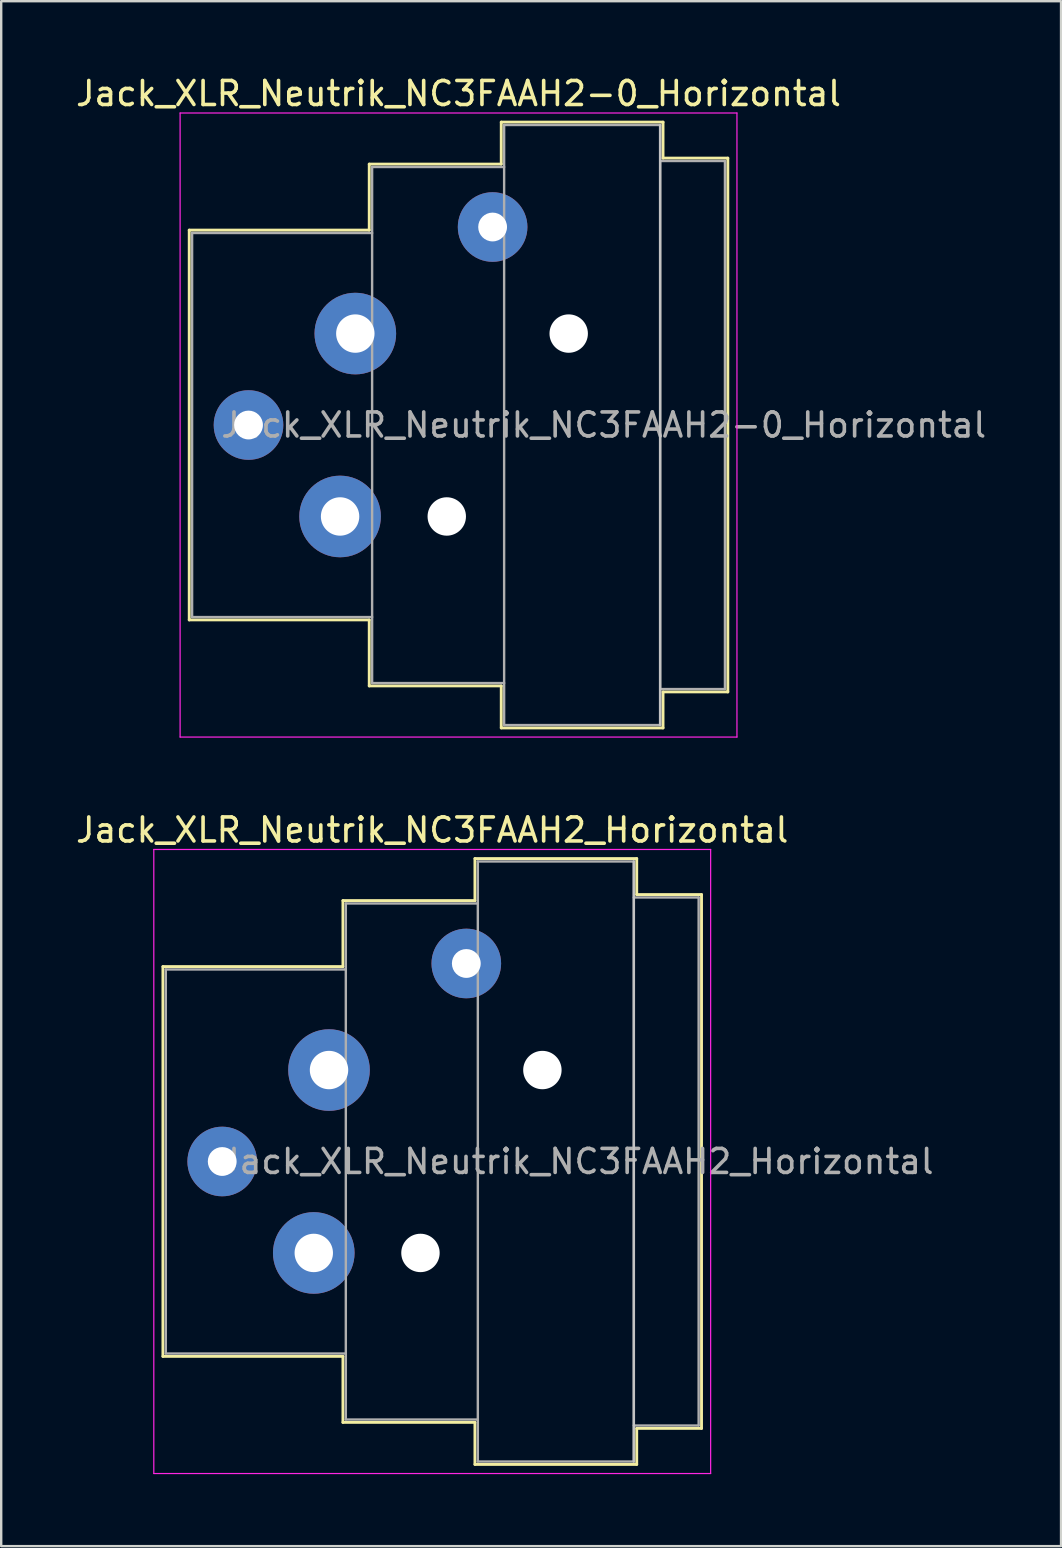
<source format=kicad_pcb>
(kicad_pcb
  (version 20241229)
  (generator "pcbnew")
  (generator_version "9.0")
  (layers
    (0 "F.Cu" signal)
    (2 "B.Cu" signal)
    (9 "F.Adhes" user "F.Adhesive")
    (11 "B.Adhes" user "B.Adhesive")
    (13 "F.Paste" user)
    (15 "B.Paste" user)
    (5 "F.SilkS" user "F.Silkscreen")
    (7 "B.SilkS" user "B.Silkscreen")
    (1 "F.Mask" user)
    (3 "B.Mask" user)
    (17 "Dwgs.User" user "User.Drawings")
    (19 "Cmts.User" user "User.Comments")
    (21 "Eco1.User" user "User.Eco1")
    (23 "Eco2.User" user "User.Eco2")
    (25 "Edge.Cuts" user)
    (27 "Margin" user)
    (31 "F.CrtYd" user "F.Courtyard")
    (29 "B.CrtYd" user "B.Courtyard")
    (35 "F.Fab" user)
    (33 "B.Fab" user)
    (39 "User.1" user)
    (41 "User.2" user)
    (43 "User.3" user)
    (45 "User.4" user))
  (footprint "Jack_XLR_Neutrik_NC3FAAH2_Horizontal"
    (layer "F.Cu")
    (at 10.658 41.532)
    (property "Reference" "Jack_XLR_Neutrik_NC3FAAH2_Horizontal" (at 4.3 -10 0) (layer "F.SilkS") (effects (font (size 1 1) (thickness 0.15))))
    (attr through_hole)
    (fp_line (start -6.92 -4.31) (end -6.92 11.93) (stroke (width 0.12) (type solid)) (layer "F.SilkS"))
    (fp_line (start 0.58 -7.06) (end 0.58 -4.31) (stroke (width 0.12) (type solid)) (layer "F.SilkS"))
    (fp_line (start 0.58 -4.31) (end -6.92 -4.31) (stroke (width 0.12) (type solid)) (layer "F.SilkS"))
    (fp_line (start 0.58 11.93) (end -6.92 11.93) (stroke (width 0.12) (type solid)) (layer "F.SilkS"))
    (fp_line (start 0.58 11.93) (end 0.58 14.68) (stroke (width 0.12) (type solid)) (layer "F.SilkS"))
    (fp_line (start 6.08 -7.06) (end 0.58 -7.06) (stroke (width 0.12) (type solid)) (layer "F.SilkS"))
    (fp_line (start 6.08 -7.06) (end 6.08 -8.81) (stroke (width 0.12) (type solid)) (layer "F.SilkS"))
    (fp_line (start 6.08 14.68) (end 0.58 14.68) (stroke (width 0.12) (type solid)) (layer "F.SilkS"))
    (fp_line (start 6.08 16.43) (end 6.08 14.68) (stroke (width 0.12) (type solid)) (layer "F.SilkS"))
    (fp_line (start 12.82 -8.81) (end 6.08 -8.81) (stroke (width 0.12) (type solid)) (layer "F.SilkS"))
    (fp_line (start 12.82 -8.81) (end 12.82 -7.31) (stroke (width 0.12) (type solid)) (layer "F.SilkS"))
    (fp_line (start 12.82 -7.31) (end 15.52 -7.31) (stroke (width 0.12) (type solid)) (layer "F.SilkS"))
    (fp_line (start 12.82 14.93) (end 12.82 16.43) (stroke (width 0.12) (type solid)) (layer "F.SilkS"))
    (fp_line (start 12.82 14.93) (end 15.52 14.93) (stroke (width 0.12) (type solid)) (layer "F.SilkS"))
    (fp_line (start 12.82 16.43) (end 6.08 16.43) (stroke (width 0.12) (type solid)) (layer "F.SilkS"))
    (fp_line (start 15.52 -7.31) (end 15.52 14.93) (stroke (width 0.12) (type solid)) (layer "F.SilkS"))
    (fp_line (start 12.7 -8.69) (end 12.7 16.31) (stroke (width 0.1) (type solid)) (layer "Dwgs.User"))
    (fp_line (start -7.3 -9.19) (end -7.3 16.81) (stroke (width 0.05) (type solid)) (layer "F.CrtYd"))
    (fp_line (start 15.9 -9.19) (end -7.3 -9.19) (stroke (width 0.05) (type solid)) (layer "F.CrtYd"))
    (fp_line (start 15.9 -9.19) (end 15.9 16.81) (stroke (width 0.05) (type solid)) (layer "F.CrtYd"))
    (fp_line (start 15.9 16.81) (end -7.3 16.81) (stroke (width 0.05) (type solid)) (layer "F.CrtYd"))
    (fp_line (start -6.8 -4.19) (end -6.8 11.81) (stroke (width 0.1) (type solid)) (layer "F.Fab"))
    (fp_line (start -6.8 11.81) (end 0.7 11.81) (stroke (width 0.1) (type solid)) (layer "F.Fab"))
    (fp_line (start 0.7 -6.94) (end 0.7 14.56) (stroke (width 0.1) (type solid)) (layer "F.Fab"))
    (fp_line (start 0.7 -4.19) (end -6.8 -4.19) (stroke (width 0.1) (type solid)) (layer "F.Fab"))
    (fp_line (start 0.7 14.56) (end 6.2 14.56) (stroke (width 0.1) (type solid)) (layer "F.Fab"))
    (fp_line (start 6.2 -8.69) (end 12.7 -8.69) (stroke (width 0.1) (type solid)) (layer "F.Fab"))
    (fp_line (start 6.2 -6.94) (end 0.7 -6.94) (stroke (width 0.1) (type solid)) (layer "F.Fab"))
    (fp_line (start 6.2 16.31) (end 6.2 -8.69) (stroke (width 0.1) (type solid)) (layer "F.Fab"))
    (fp_line (start 12.7 -8.69) (end 12.7 16.31) (stroke (width 0.1) (type solid)) (layer "F.Fab"))
    (fp_line (start 12.7 -7.19) (end 15.4 -7.19) (stroke (width 0.1) (type solid)) (layer "F.Fab"))
    (fp_line (start 12.7 16.31) (end 6.2 16.31) (stroke (width 0.1) (type solid)) (layer "F.Fab"))
    (fp_line (start 15.4 -7.19) (end 15.4 14.81) (stroke (width 0.1) (type solid)) (layer "F.Fab"))
    (fp_line (start 15.4 14.81) (end 12.7 14.81) (stroke (width 0.1) (type solid)) (layer "F.Fab"))
    (fp_text user "${REFERENCE}" (at 10.35 3.81 0) (layer "F.Fab") (effects (font (size 1 1) (thickness 0.15))))
    (pad "" np_thru_hole circle (at 3.81 7.62) (size 1.6 1.6) (drill 1.6) (layers "*.Cu" "*.Mask"))
    (pad "" np_thru_hole circle (at 8.89 0) (size 1.6 1.6) (drill 1.6) (layers "*.Cu" "*.Mask"))
    (pad "1" thru_hole circle (at 0 0) (size 3.4 3.4) (drill 1.6) (layers "*.Cu" "*.Mask"))
    (pad "2" thru_hole circle (at -0.635 7.62) (size 3.4 3.4) (drill 1.6) (layers "*.Cu" "*.Mask"))
    (pad "3" thru_hole circle (at -4.45 3.81) (size 2.9 2.9) (drill 1.2) (layers "*.Cu" "*.Mask"))
    (pad "G" thru_hole circle (at 5.72 -4.44) (size 2.9 2.9) (drill 1.2) (layers "*.Cu" "*.Mask")))
  (footprint "Jack_XLR_Neutrik_NC3FAAH2-0_Horizontal"
    (layer "F.Cu")
    (at 11.754 10.848)
    (property "Reference" "Jack_XLR_Neutrik_NC3FAAH2-0_Horizontal" (at 4.3 -10 0) (layer "F.SilkS") (effects (font (size 1 1) (thickness 0.15))))
    (attr through_hole)
    (fp_line (start -6.92 -4.31) (end -6.92 11.93) (stroke (width 0.12) (type solid)) (layer "F.SilkS"))
    (fp_line (start 0.58 -7.06) (end 0.58 -4.31) (stroke (width 0.12) (type solid)) (layer "F.SilkS"))
    (fp_line (start 0.58 -4.31) (end -6.92 -4.31) (stroke (width 0.12) (type solid)) (layer "F.SilkS"))
    (fp_line (start 0.58 11.93) (end -6.92 11.93) (stroke (width 0.12) (type solid)) (layer "F.SilkS"))
    (fp_line (start 0.58 11.93) (end 0.58 14.68) (stroke (width 0.12) (type solid)) (layer "F.SilkS"))
    (fp_line (start 6.08 -7.06) (end 0.58 -7.06) (stroke (width 0.12) (type solid)) (layer "F.SilkS"))
    (fp_line (start 6.08 -7.06) (end 6.08 -8.81) (stroke (width 0.12) (type solid)) (layer "F.SilkS"))
    (fp_line (start 6.08 14.68) (end 0.58 14.68) (stroke (width 0.12) (type solid)) (layer "F.SilkS"))
    (fp_line (start 6.08 16.43) (end 6.08 14.68) (stroke (width 0.12) (type solid)) (layer "F.SilkS"))
    (fp_line (start 12.82 -8.81) (end 6.08 -8.81) (stroke (width 0.12) (type solid)) (layer "F.SilkS"))
    (fp_line (start 12.82 -8.81) (end 12.82 -7.31) (stroke (width 0.12) (type solid)) (layer "F.SilkS"))
    (fp_line (start 12.82 -7.31) (end 15.52 -7.31) (stroke (width 0.12) (type solid)) (layer "F.SilkS"))
    (fp_line (start 12.82 14.93) (end 12.82 16.43) (stroke (width 0.12) (type solid)) (layer "F.SilkS"))
    (fp_line (start 12.82 14.93) (end 15.52 14.93) (stroke (width 0.12) (type solid)) (layer "F.SilkS"))
    (fp_line (start 12.82 16.43) (end 6.08 16.43) (stroke (width 0.12) (type solid)) (layer "F.SilkS"))
    (fp_line (start 15.52 -7.31) (end 15.52 14.93) (stroke (width 0.12) (type solid)) (layer "F.SilkS"))
    (fp_line (start 12.7 -8.69) (end 12.7 16.31) (stroke (width 0.1) (type solid)) (layer "Dwgs.User"))
    (fp_line (start -7.3 -9.19) (end -7.3 16.81) (stroke (width 0.05) (type solid)) (layer "F.CrtYd"))
    (fp_line (start 15.9 -9.19) (end -7.3 -9.19) (stroke (width 0.05) (type solid)) (layer "F.CrtYd"))
    (fp_line (start 15.9 -9.19) (end 15.9 16.81) (stroke (width 0.05) (type solid)) (layer "F.CrtYd"))
    (fp_line (start 15.9 16.81) (end -7.3 16.81) (stroke (width 0.05) (type solid)) (layer "F.CrtYd"))
    (fp_line (start -6.8 -4.19) (end -6.8 11.81) (stroke (width 0.1) (type solid)) (layer "F.Fab"))
    (fp_line (start -6.8 11.81) (end 0.7 11.81) (stroke (width 0.1) (type solid)) (layer "F.Fab"))
    (fp_line (start 0.7 -6.94) (end 0.7 14.56) (stroke (width 0.1) (type solid)) (layer "F.Fab"))
    (fp_line (start 0.7 -4.19) (end -6.8 -4.19) (stroke (width 0.1) (type solid)) (layer "F.Fab"))
    (fp_line (start 0.7 14.56) (end 6.2 14.56) (stroke (width 0.1) (type solid)) (layer "F.Fab"))
    (fp_line (start 6.2 -8.69) (end 12.7 -8.69) (stroke (width 0.1) (type solid)) (layer "F.Fab"))
    (fp_line (start 6.2 -6.94) (end 0.7 -6.94) (stroke (width 0.1) (type solid)) (layer "F.Fab"))
    (fp_line (start 6.2 16.31) (end 6.2 -8.69) (stroke (width 0.1) (type solid)) (layer "F.Fab"))
    (fp_line (start 12.7 -8.69) (end 12.7 16.31) (stroke (width 0.1) (type solid)) (layer "F.Fab"))
    (fp_line (start 12.7 -7.19) (end 15.4 -7.19) (stroke (width 0.1) (type solid)) (layer "F.Fab"))
    (fp_line (start 12.7 16.31) (end 6.2 16.31) (stroke (width 0.1) (type solid)) (layer "F.Fab"))
    (fp_line (start 15.4 -7.19) (end 15.4 14.81) (stroke (width 0.1) (type solid)) (layer "F.Fab"))
    (fp_line (start 15.4 14.81) (end 12.7 14.81) (stroke (width 0.1) (type solid)) (layer "F.Fab"))
    (fp_text user "${REFERENCE}" (at 10.35 3.81 0) (layer "F.Fab") (effects (font (size 1 1) (thickness 0.15))))
    (pad "" np_thru_hole circle (at 3.81 7.62) (size 1.6 1.6) (drill 1.6) (layers "*.Cu" "*.Mask"))
    (pad "" np_thru_hole circle (at 8.89 0) (size 1.6 1.6) (drill 1.6) (layers "*.Cu" "*.Mask"))
    (pad "1" thru_hole circle (at 0 0) (size 3.4 3.4) (drill 1.6) (layers "*.Cu" "*.Mask"))
    (pad "2" thru_hole circle (at -0.635 7.62) (size 3.4 3.4) (drill 1.6) (layers "*.Cu" "*.Mask"))
    (pad "3" thru_hole circle (at -4.45 3.81) (size 2.9 2.9) (drill 1.2) (layers "*.Cu" "*.Mask"))
    (pad "G" thru_hole circle (at 5.72 -4.44) (size 2.9 2.9) (drill 1.2) (layers "*.Cu" "*.Mask")))
  (gr_rect
    (start -3 -3)
    (end 41.157 61.367)
    (stroke (width 0.1) (type default))
    (fill no)
    (layer "Edge.Cuts")))
</source>
